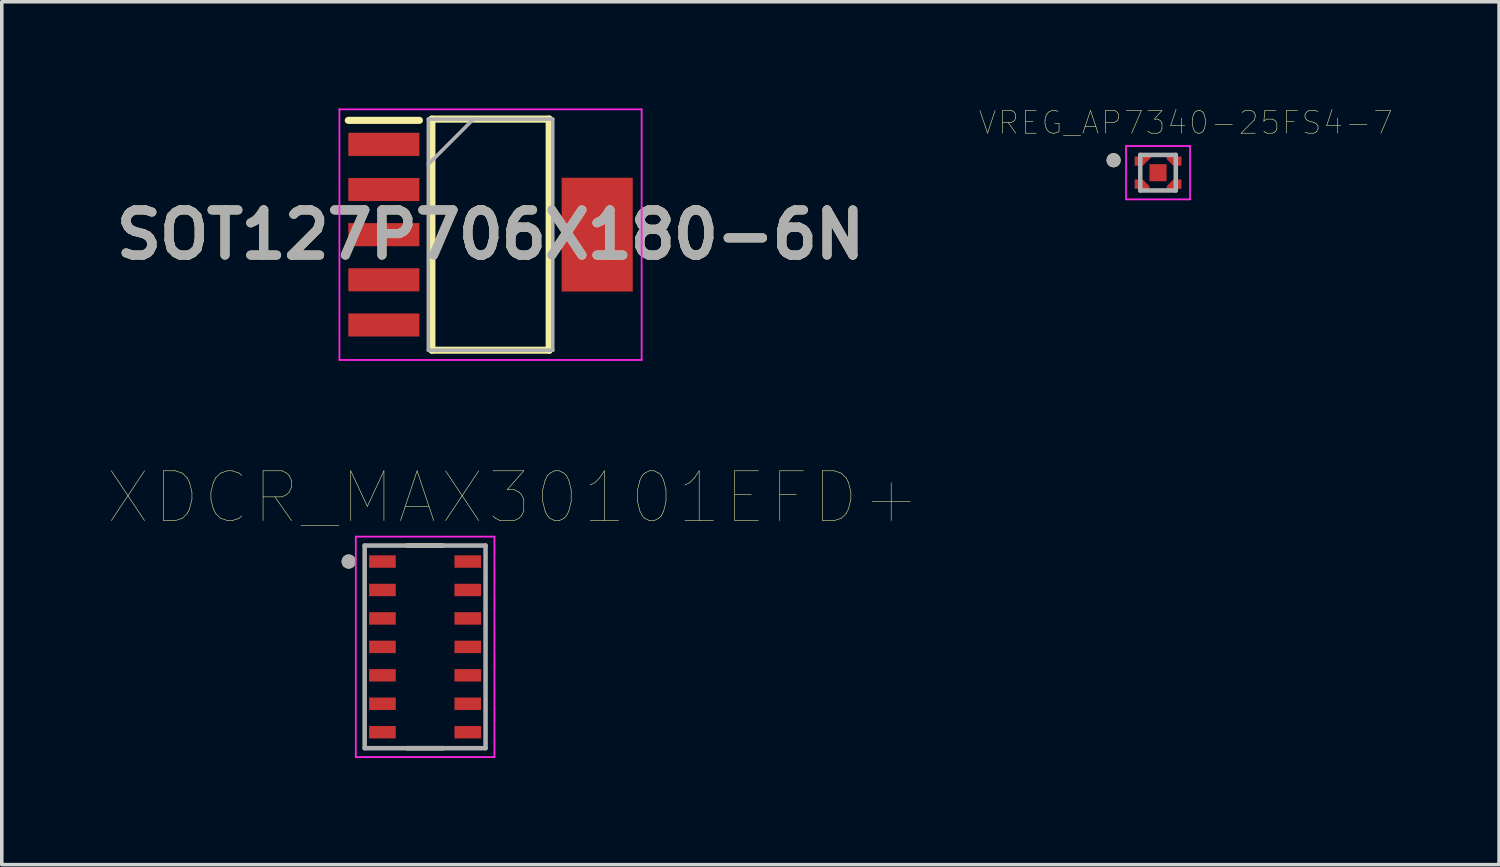
<source format=kicad_pcb>
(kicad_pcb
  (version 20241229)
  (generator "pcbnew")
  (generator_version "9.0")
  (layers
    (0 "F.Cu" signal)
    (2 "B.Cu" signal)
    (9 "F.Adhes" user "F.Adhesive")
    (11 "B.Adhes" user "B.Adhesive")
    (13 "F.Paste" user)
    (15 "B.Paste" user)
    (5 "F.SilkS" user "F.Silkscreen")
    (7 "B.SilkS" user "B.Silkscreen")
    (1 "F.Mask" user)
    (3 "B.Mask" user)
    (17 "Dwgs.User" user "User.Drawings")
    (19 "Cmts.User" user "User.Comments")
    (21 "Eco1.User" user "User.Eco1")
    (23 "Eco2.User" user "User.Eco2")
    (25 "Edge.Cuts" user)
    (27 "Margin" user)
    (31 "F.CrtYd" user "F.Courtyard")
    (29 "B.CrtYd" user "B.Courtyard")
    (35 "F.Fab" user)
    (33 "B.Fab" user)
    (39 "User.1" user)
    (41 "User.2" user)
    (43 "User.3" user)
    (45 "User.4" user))
  (footprint "XDCR_MAX30101EFD+"
    (layer "F.Cu")
    (at 8.907 15.144)
    (property "Reference" "XDCR_MAX30101EFD+" (at 2.475 -4.199 0) (layer "F.SilkS") (effects (font (size 1.4 1.4) (thickness 0.015))))
    (attr through_hole)
    (fp_line (start -0.505 -2.85) (end 0.505 -2.85) (stroke (width 0.127) (type solid)) (layer "F.SilkS"))
    (fp_line (start 0.505 2.85) (end -0.505 2.85) (stroke (width 0.127) (type solid)) (layer "F.SilkS"))
    (fp_circle (center -2.15 -2.4) (end -2.05 -2.4) (stroke (width 0.2) (type solid)) (fill no) (layer "F.SilkS"))
    (fp_line (start -1.95 -3.1) (end -1.95 3.1) (stroke (width 0.05) (type solid)) (layer "F.CrtYd"))
    (fp_line (start -1.95 3.1) (end 1.95 3.1) (stroke (width 0.05) (type solid)) (layer "F.CrtYd"))
    (fp_line (start 1.95 -3.1) (end -1.95 -3.1) (stroke (width 0.05) (type solid)) (layer "F.CrtYd"))
    (fp_line (start 1.95 3.1) (end 1.95 -3.1) (stroke (width 0.05) (type solid)) (layer "F.CrtYd"))
    (fp_line (start -1.7 -2.85) (end -1.7 2.85) (stroke (width 0.127) (type solid)) (layer "F.Fab"))
    (fp_line (start -1.7 -2.85) (end 1.7 -2.85) (stroke (width 0.127) (type solid)) (layer "F.Fab"))
    (fp_line (start 1.7 2.85) (end -1.7 2.85) (stroke (width 0.127) (type solid)) (layer "F.Fab"))
    (fp_line (start 1.7 2.85) (end 1.7 -2.85) (stroke (width 0.127) (type solid)) (layer "F.Fab"))
    (fp_circle (center -2.15 -2.4) (end -2.05 -2.4) (stroke (width 0.2) (type solid)) (fill no) (layer "F.Fab"))
    (pad "1" smd rect (at -1.2 -2.4) (size 0.75 0.35) (layers "F.Cu" "F.Mask" "F.Paste"))
    (pad "2" smd rect (at -1.2 -1.6) (size 0.75 0.35) (layers "F.Cu" "F.Mask" "F.Paste"))
    (pad "3" smd rect (at -1.2 -0.8) (size 0.75 0.35) (layers "F.Cu" "F.Mask" "F.Paste"))
    (pad "4" smd rect (at -1.2 0) (size 0.75 0.35) (layers "F.Cu" "F.Mask" "F.Paste"))
    (pad "5" smd rect (at -1.2 0.8) (size 0.75 0.35) (layers "F.Cu" "F.Mask" "F.Paste"))
    (pad "6" smd rect (at -1.2 1.6) (size 0.75 0.35) (layers "F.Cu" "F.Mask" "F.Paste"))
    (pad "7" smd rect (at -1.2 2.4) (size 0.75 0.35) (layers "F.Cu" "F.Mask" "F.Paste"))
    (pad "8" smd rect (at 1.2 2.4) (size 0.75 0.35) (layers "F.Cu" "F.Mask" "F.Paste"))
    (pad "9" smd rect (at 1.2 1.6) (size 0.75 0.35) (layers "F.Cu" "F.Mask" "F.Paste"))
    (pad "10" smd rect (at 1.2 0.8) (size 0.75 0.35) (layers "F.Cu" "F.Mask" "F.Paste"))
    (pad "11" smd rect (at 1.2 0) (size 0.75 0.35) (layers "F.Cu" "F.Mask" "F.Paste"))
    (pad "12" smd rect (at 1.2 -0.8) (size 0.75 0.35) (layers "F.Cu" "F.Mask" "F.Paste"))
    (pad "13" smd rect (at 1.2 -1.6) (size 0.75 0.35) (layers "F.Cu" "F.Mask" "F.Paste"))
    (pad "14" smd rect (at 1.2 -2.4) (size 0.75 0.35) (layers "F.Cu" "F.Mask" "F.Paste")))
  (footprint "SOT127P706X180-6N"
    (layer "F.Cu")
    (at 10.747 3.55)
    (property "Reference" "SOT127P706X180-6N" (at 0 0 0) (layer "F.SilkS") (effects (font (size 1.27 1.27) (thickness 0.254))))
    (attr smd)
    (fp_line (start -4 -3.215) (end -2 -3.215) (stroke (width 0.2) (type solid)) (layer "F.SilkS"))
    (fp_line (start -1.65 -3.25) (end 1.65 -3.25) (stroke (width 0.2) (type solid)) (layer "F.SilkS"))
    (fp_line (start -1.65 3.25) (end -1.65 -3.25) (stroke (width 0.2) (type solid)) (layer "F.SilkS"))
    (fp_line (start 1.65 -3.25) (end 1.65 3.25) (stroke (width 0.2) (type solid)) (layer "F.SilkS"))
    (fp_line (start 1.65 3.25) (end -1.65 3.25) (stroke (width 0.2) (type solid)) (layer "F.SilkS"))
    (fp_line (start -4.25 -3.525) (end 4.25 -3.525) (stroke (width 0.05) (type solid)) (layer "F.CrtYd"))
    (fp_line (start -4.25 3.525) (end -4.25 -3.525) (stroke (width 0.05) (type solid)) (layer "F.CrtYd"))
    (fp_line (start 4.25 -3.525) (end 4.25 3.525) (stroke (width 0.05) (type solid)) (layer "F.CrtYd"))
    (fp_line (start 4.25 3.525) (end -4.25 3.525) (stroke (width 0.05) (type solid)) (layer "F.CrtYd"))
    (fp_line (start -1.75 -3.25) (end 1.75 -3.25) (stroke (width 0.1) (type solid)) (layer "F.Fab"))
    (fp_line (start -1.75 -1.98) (end -0.48 -3.25) (stroke (width 0.1) (type solid)) (layer "F.Fab"))
    (fp_line (start -1.75 3.25) (end -1.75 -3.25) (stroke (width 0.1) (type solid)) (layer "F.Fab"))
    (fp_line (start 1.75 -3.25) (end 1.75 3.25) (stroke (width 0.1) (type solid)) (layer "F.Fab"))
    (fp_line (start 1.75 3.25) (end -1.75 3.25) (stroke (width 0.1) (type solid)) (layer "F.Fab"))
    (fp_text user "${REFERENCE}" (at 0 0 0) (layer "F.Fab") (effects (font (size 1.27 1.27) (thickness 0.254))))
    (pad "1" smd rect (at -3 -2.54 90) (size 0.65 2) (layers "F.Cu" "F.Mask" "F.Paste"))
    (pad "2" smd rect (at -3 -1.27 90) (size 0.65 2) (layers "F.Cu" "F.Mask" "F.Paste"))
    (pad "3" smd rect (at -3 0 90) (size 0.65 2) (layers "F.Cu" "F.Mask" "F.Paste"))
    (pad "4" smd rect (at -3 1.27 90) (size 0.65 2) (layers "F.Cu" "F.Mask" "F.Paste"))
    (pad "5" smd rect (at -3 2.54 90) (size 0.65 2) (layers "F.Cu" "F.Mask" "F.Paste"))
    (pad "6" smd rect (at 3 0) (size 2 3.2) (layers "F.Cu" "F.Mask" "F.Paste")))
  (footprint "VREG_AP7340-25FS4-7"
    (layer "F.Cu")
    (at 29.521 1.807)
    (property "Reference" "VREG_AP7340-25FS4-7" (at 0.782 -1.406 0) (layer "F.SilkS") (effects (font (size 0.64 0.64) (thickness 0.015))))
    (attr through_hole)
    (fp_poly (pts (xy -0.65 -0.45) (xy -0.18 -0.45) (xy -0.43 -0.2) (xy -0.65 -0.2)) (stroke (width 0.01) (type solid)) (fill yes) (layer "F.Cu"))
    (fp_poly (pts (xy -0.65 0.45) (xy -0.25 0.45) (xy -0.25 0.38) (xy -0.43 0.2) (xy -0.65 0.2)) (stroke (width 0.01) (type solid)) (fill yes) (layer "F.Cu"))
    (fp_poly (pts (xy 0.65 -0.45) (xy 0.25 -0.45) (xy 0.25 -0.38) (xy 0.43 -0.2) (xy 0.65 -0.2)) (stroke (width 0.01) (type solid)) (fill yes) (layer "F.Cu"))
    (fp_poly (pts (xy 0.65 0.45) (xy 0.25 0.45) (xy 0.25 0.38) (xy 0.43 0.2) (xy 0.65 0.2)) (stroke (width 0.01) (type solid)) (fill yes) (layer "F.Cu"))
    (fp_poly (pts (xy -0.75 -0.55) (xy 0.02 -0.55) (xy -0.43 -0.1) (xy -0.75 -0.1)) (stroke (width 0.01) (type solid)) (fill yes) (layer "F.Mask"))
    (fp_poly (pts (xy -0.75 0.55) (xy -0.15 0.55) (xy -0.15 0.38) (xy -0.43 0.1) (xy -0.75 0.1)) (stroke (width 0.01) (type solid)) (fill yes) (layer "F.Mask"))
    (fp_poly (pts (xy 0.75 -0.55) (xy 0.15 -0.55) (xy 0.15 -0.38) (xy 0.43 -0.1) (xy 0.75 -0.1)) (stroke (width 0.01) (type solid)) (fill yes) (layer "F.Mask"))
    (fp_poly (pts (xy 0.75 0.55) (xy 0.15 0.55) (xy 0.15 0.38) (xy 0.43 0.1) (xy 0.75 0.1)) (stroke (width 0.01) (type solid)) (fill yes) (layer "F.Mask"))
    (fp_circle (center -1.25 -0.35) (end -1.15 -0.35) (stroke (width 0.2) (type solid)) (fill no) (layer "F.SilkS"))
    (fp_poly (pts (xy -0.65 -0.45) (xy -0.18 -0.45) (xy -0.43 -0.2) (xy -0.65 -0.2)) (stroke (width 0.01) (type solid)) (fill yes) (layer "F.Paste"))
    (fp_poly (pts (xy -0.152 -0.152) (xy 0.152 -0.152) (xy 0.152 0.152) (xy -0.152 0.152)) (stroke (width 0.01) (type solid)) (fill yes) (layer "F.Paste"))
    (fp_poly (pts (xy -0.65 0.45) (xy -0.25 0.45) (xy -0.25 0.38) (xy -0.43 0.2) (xy -0.65 0.2)) (stroke (width 0.01) (type solid)) (fill yes) (layer "F.Paste"))
    (fp_poly (pts (xy 0.65 -0.45) (xy 0.25 -0.45) (xy 0.25 -0.38) (xy 0.43 -0.2) (xy 0.65 -0.2)) (stroke (width 0.01) (type solid)) (fill yes) (layer "F.Paste"))
    (fp_poly (pts (xy 0.65 0.45) (xy 0.25 0.45) (xy 0.25 0.38) (xy 0.43 0.2) (xy 0.65 0.2)) (stroke (width 0.01) (type solid)) (fill yes) (layer "F.Paste"))
    (fp_line (start -0.9 -0.75) (end 0.9 -0.75) (stroke (width 0.05) (type solid)) (layer "F.CrtYd"))
    (fp_line (start -0.9 0.75) (end -0.9 -0.75) (stroke (width 0.05) (type solid)) (layer "F.CrtYd"))
    (fp_line (start 0.9 -0.75) (end 0.9 0.75) (stroke (width 0.05) (type solid)) (layer "F.CrtYd"))
    (fp_line (start 0.9 0.75) (end -0.9 0.75) (stroke (width 0.05) (type solid)) (layer "F.CrtYd"))
    (fp_line (start -0.5 -0.5) (end -0.5 0.5) (stroke (width 0.127) (type solid)) (layer "F.Fab"))
    (fp_line (start -0.5 0.5) (end 0.5 0.5) (stroke (width 0.127) (type solid)) (layer "F.Fab"))
    (fp_line (start 0.5 -0.5) (end -0.5 -0.5) (stroke (width 0.127) (type solid)) (layer "F.Fab"))
    (fp_line (start 0.5 0.5) (end 0.5 -0.5) (stroke (width 0.127) (type solid)) (layer "F.Fab"))
    (fp_circle (center -1.25 -0.35) (end -1.15 -0.35) (stroke (width 0.2) (type solid)) (fill no) (layer "F.Fab"))
    (pad "1" smd rect (at -0.45 -0.325) (size 0.1 0.1) (layers "F.Cu"))
    (pad "2" smd rect (at -0.45 0.325) (size 0.1 0.1) (layers "F.Cu"))
    (pad "3" smd rect (at 0.45 0.325) (size 0.1 0.1) (layers "F.Cu"))
    (pad "4" smd rect (at 0.45 -0.325) (size 0.1 0.1) (layers "F.Cu"))
    (pad "5" smd rect (at 0 0) (size 0.48 0.48) (layers "F.Cu" "F.Mask")))
  (gr_rect
    (start -3 -3)
    (end 39.113 21.269)
    (stroke (width 0.1) (type default))
    (fill no)
    (layer "Edge.Cuts")))
</source>
